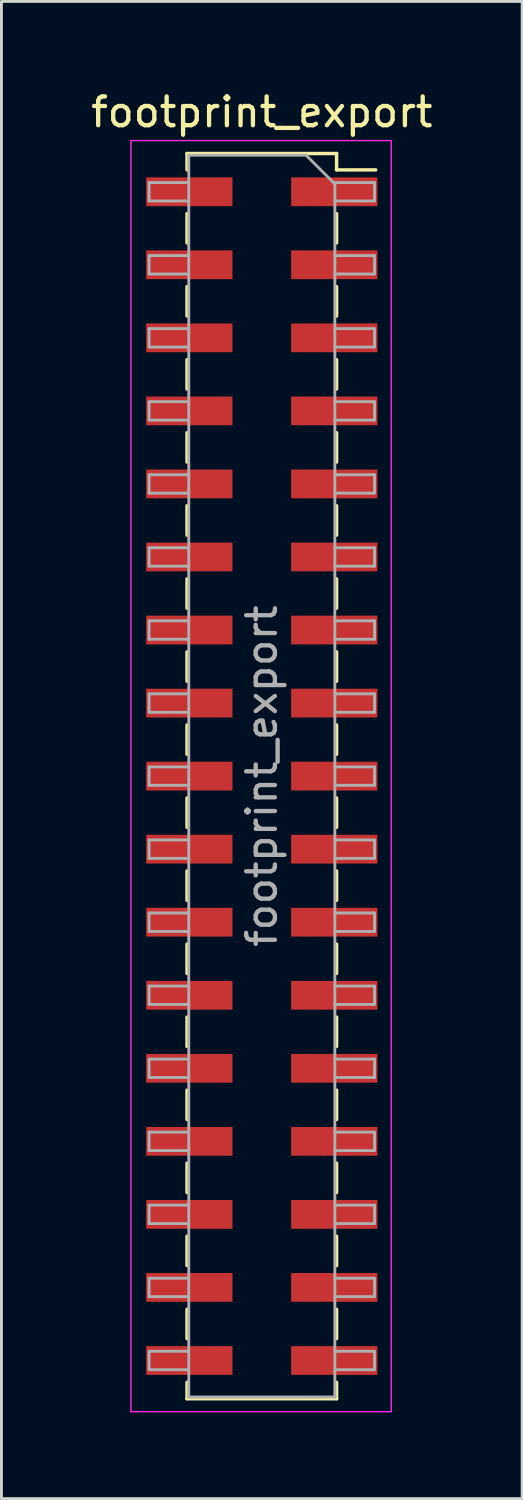
<source format=kicad_pcb>
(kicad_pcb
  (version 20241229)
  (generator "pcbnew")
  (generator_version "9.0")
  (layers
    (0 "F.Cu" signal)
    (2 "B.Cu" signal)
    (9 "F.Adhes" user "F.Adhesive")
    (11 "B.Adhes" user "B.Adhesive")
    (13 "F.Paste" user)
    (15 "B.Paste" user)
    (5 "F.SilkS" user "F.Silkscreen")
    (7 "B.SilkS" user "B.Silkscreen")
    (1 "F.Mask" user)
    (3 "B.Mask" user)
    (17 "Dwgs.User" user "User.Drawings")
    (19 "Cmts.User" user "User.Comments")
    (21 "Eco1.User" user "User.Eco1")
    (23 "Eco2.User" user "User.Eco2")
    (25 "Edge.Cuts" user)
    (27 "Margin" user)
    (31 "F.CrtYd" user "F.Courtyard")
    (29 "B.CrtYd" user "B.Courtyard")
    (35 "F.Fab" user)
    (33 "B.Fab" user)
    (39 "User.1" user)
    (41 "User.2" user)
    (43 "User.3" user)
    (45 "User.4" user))
  (footprint "footprint_export"
    (layer "F.Cu")
    (at 6.054 23.938)
    (property "Reference" "footprint_export" (at 0 -23.09 0) (layer "F.SilkS") (effects (font (size 1 1) (thickness 0.15))))
    (attr smd)
    (fp_line (start -2.6 -21.65) (end -2.6 -21.08) (stroke (width 0.12) (type solid)) (layer "F.SilkS"))
    (fp_line (start -2.6 -21.65) (end 2.6 -21.65) (stroke (width 0.12) (type solid)) (layer "F.SilkS"))
    (fp_line (start -2.6 -19.56) (end -2.6 -18.54) (stroke (width 0.12) (type solid)) (layer "F.SilkS"))
    (fp_line (start -2.6 -17.02) (end -2.6 -16) (stroke (width 0.12) (type solid)) (layer "F.SilkS"))
    (fp_line (start -2.6 -14.48) (end -2.6 -13.46) (stroke (width 0.12) (type solid)) (layer "F.SilkS"))
    (fp_line (start -2.6 -11.94) (end -2.6 -10.92) (stroke (width 0.12) (type solid)) (layer "F.SilkS"))
    (fp_line (start -2.6 -9.4) (end -2.6 -8.38) (stroke (width 0.12) (type solid)) (layer "F.SilkS"))
    (fp_line (start -2.6 -6.86) (end -2.6 -5.84) (stroke (width 0.12) (type solid)) (layer "F.SilkS"))
    (fp_line (start -2.6 -4.32) (end -2.6 -3.3) (stroke (width 0.12) (type solid)) (layer "F.SilkS"))
    (fp_line (start -2.6 -1.78) (end -2.6 -0.76) (stroke (width 0.12) (type solid)) (layer "F.SilkS"))
    (fp_line (start -2.6 0.76) (end -2.6 1.78) (stroke (width 0.12) (type solid)) (layer "F.SilkS"))
    (fp_line (start -2.6 3.3) (end -2.6 4.32) (stroke (width 0.12) (type solid)) (layer "F.SilkS"))
    (fp_line (start -2.6 5.84) (end -2.6 6.86) (stroke (width 0.12) (type solid)) (layer "F.SilkS"))
    (fp_line (start -2.6 8.38) (end -2.6 9.4) (stroke (width 0.12) (type solid)) (layer "F.SilkS"))
    (fp_line (start -2.6 10.92) (end -2.6 11.94) (stroke (width 0.12) (type solid)) (layer "F.SilkS"))
    (fp_line (start -2.6 13.46) (end -2.6 14.48) (stroke (width 0.12) (type solid)) (layer "F.SilkS"))
    (fp_line (start -2.6 16) (end -2.6 17.02) (stroke (width 0.12) (type solid)) (layer "F.SilkS"))
    (fp_line (start -2.6 18.54) (end -2.6 19.56) (stroke (width 0.12) (type solid)) (layer "F.SilkS"))
    (fp_line (start -2.6 21.08) (end -2.6 21.65) (stroke (width 0.12) (type solid)) (layer "F.SilkS"))
    (fp_line (start -2.6 21.65) (end 2.6 21.65) (stroke (width 0.12) (type solid)) (layer "F.SilkS"))
    (fp_line (start 2.6 -21.65) (end 2.6 -21.08) (stroke (width 0.12) (type solid)) (layer "F.SilkS"))
    (fp_line (start 2.6 -21.08) (end 3.96 -21.08) (stroke (width 0.12) (type solid)) (layer "F.SilkS"))
    (fp_line (start 2.6 -19.56) (end 2.6 -18.54) (stroke (width 0.12) (type solid)) (layer "F.SilkS"))
    (fp_line (start 2.6 -17.02) (end 2.6 -16) (stroke (width 0.12) (type solid)) (layer "F.SilkS"))
    (fp_line (start 2.6 -14.48) (end 2.6 -13.46) (stroke (width 0.12) (type solid)) (layer "F.SilkS"))
    (fp_line (start 2.6 -11.94) (end 2.6 -10.92) (stroke (width 0.12) (type solid)) (layer "F.SilkS"))
    (fp_line (start 2.6 -9.4) (end 2.6 -8.38) (stroke (width 0.12) (type solid)) (layer "F.SilkS"))
    (fp_line (start 2.6 -6.86) (end 2.6 -5.84) (stroke (width 0.12) (type solid)) (layer "F.SilkS"))
    (fp_line (start 2.6 -4.32) (end 2.6 -3.3) (stroke (width 0.12) (type solid)) (layer "F.SilkS"))
    (fp_line (start 2.6 -1.78) (end 2.6 -0.76) (stroke (width 0.12) (type solid)) (layer "F.SilkS"))
    (fp_line (start 2.6 0.76) (end 2.6 1.78) (stroke (width 0.12) (type solid)) (layer "F.SilkS"))
    (fp_line (start 2.6 3.3) (end 2.6 4.32) (stroke (width 0.12) (type solid)) (layer "F.SilkS"))
    (fp_line (start 2.6 5.84) (end 2.6 6.86) (stroke (width 0.12) (type solid)) (layer "F.SilkS"))
    (fp_line (start 2.6 8.38) (end 2.6 9.4) (stroke (width 0.12) (type solid)) (layer "F.SilkS"))
    (fp_line (start 2.6 10.92) (end 2.6 11.94) (stroke (width 0.12) (type solid)) (layer "F.SilkS"))
    (fp_line (start 2.6 13.46) (end 2.6 14.48) (stroke (width 0.12) (type solid)) (layer "F.SilkS"))
    (fp_line (start 2.6 16) (end 2.6 17.02) (stroke (width 0.12) (type solid)) (layer "F.SilkS"))
    (fp_line (start 2.6 18.54) (end 2.6 19.56) (stroke (width 0.12) (type solid)) (layer "F.SilkS"))
    (fp_line (start 2.6 21.08) (end 2.6 21.65) (stroke (width 0.12) (type solid)) (layer "F.SilkS"))
    (fp_line (start -4.55 -22.1) (end 4.5 -22.1) (stroke (width 0.05) (type solid)) (layer "F.CrtYd"))
    (fp_line (start -4.55 22.1) (end -4.55 -22.1) (stroke (width 0.05) (type solid)) (layer "F.CrtYd"))
    (fp_line (start 4.5 -22.1) (end 4.5 22.1) (stroke (width 0.05) (type solid)) (layer "F.CrtYd"))
    (fp_line (start 4.5 22.1) (end -4.55 22.1) (stroke (width 0.05) (type solid)) (layer "F.CrtYd"))
    (fp_line (start -3.92 -20.64) (end -2.54 -20.64) (stroke (width 0.1) (type solid)) (layer "F.Fab"))
    (fp_line (start -3.92 -20) (end -3.92 -20.64) (stroke (width 0.1) (type solid)) (layer "F.Fab"))
    (fp_line (start -3.92 -18.1) (end -2.54 -18.1) (stroke (width 0.1) (type solid)) (layer "F.Fab"))
    (fp_line (start -3.92 -17.46) (end -3.92 -18.1) (stroke (width 0.1) (type solid)) (layer "F.Fab"))
    (fp_line (start -3.92 -15.56) (end -2.54 -15.56) (stroke (width 0.1) (type solid)) (layer "F.Fab"))
    (fp_line (start -3.92 -14.92) (end -3.92 -15.56) (stroke (width 0.1) (type solid)) (layer "F.Fab"))
    (fp_line (start -3.92 -13.02) (end -2.54 -13.02) (stroke (width 0.1) (type solid)) (layer "F.Fab"))
    (fp_line (start -3.92 -12.38) (end -3.92 -13.02) (stroke (width 0.1) (type solid)) (layer "F.Fab"))
    (fp_line (start -3.92 -10.48) (end -2.54 -10.48) (stroke (width 0.1) (type solid)) (layer "F.Fab"))
    (fp_line (start -3.92 -9.84) (end -3.92 -10.48) (stroke (width 0.1) (type solid)) (layer "F.Fab"))
    (fp_line (start -3.92 -7.94) (end -2.54 -7.94) (stroke (width 0.1) (type solid)) (layer "F.Fab"))
    (fp_line (start -3.92 -7.3) (end -3.92 -7.94) (stroke (width 0.1) (type solid)) (layer "F.Fab"))
    (fp_line (start -3.92 -5.4) (end -2.54 -5.4) (stroke (width 0.1) (type solid)) (layer "F.Fab"))
    (fp_line (start -3.92 -4.76) (end -3.92 -5.4) (stroke (width 0.1) (type solid)) (layer "F.Fab"))
    (fp_line (start -3.92 -2.86) (end -2.54 -2.86) (stroke (width 0.1) (type solid)) (layer "F.Fab"))
    (fp_line (start -3.92 -2.22) (end -3.92 -2.86) (stroke (width 0.1) (type solid)) (layer "F.Fab"))
    (fp_line (start -3.92 -0.32) (end -2.54 -0.32) (stroke (width 0.1) (type solid)) (layer "F.Fab"))
    (fp_line (start -3.92 0.32) (end -3.92 -0.32) (stroke (width 0.1) (type solid)) (layer "F.Fab"))
    (fp_line (start -3.92 2.22) (end -2.54 2.22) (stroke (width 0.1) (type solid)) (layer "F.Fab"))
    (fp_line (start -3.92 2.86) (end -3.92 2.22) (stroke (width 0.1) (type solid)) (layer "F.Fab"))
    (fp_line (start -3.92 4.76) (end -2.54 4.76) (stroke (width 0.1) (type solid)) (layer "F.Fab"))
    (fp_line (start -3.92 5.4) (end -3.92 4.76) (stroke (width 0.1) (type solid)) (layer "F.Fab"))
    (fp_line (start -3.92 7.3) (end -2.54 7.3) (stroke (width 0.1) (type solid)) (layer "F.Fab"))
    (fp_line (start -3.92 7.94) (end -3.92 7.3) (stroke (width 0.1) (type solid)) (layer "F.Fab"))
    (fp_line (start -3.92 9.84) (end -2.54 9.84) (stroke (width 0.1) (type solid)) (layer "F.Fab"))
    (fp_line (start -3.92 10.48) (end -3.92 9.84) (stroke (width 0.1) (type solid)) (layer "F.Fab"))
    (fp_line (start -3.92 12.38) (end -2.54 12.38) (stroke (width 0.1) (type solid)) (layer "F.Fab"))
    (fp_line (start -3.92 13.02) (end -3.92 12.38) (stroke (width 0.1) (type solid)) (layer "F.Fab"))
    (fp_line (start -3.92 14.92) (end -2.54 14.92) (stroke (width 0.1) (type solid)) (layer "F.Fab"))
    (fp_line (start -3.92 15.56) (end -3.92 14.92) (stroke (width 0.1) (type solid)) (layer "F.Fab"))
    (fp_line (start -3.92 17.46) (end -2.54 17.46) (stroke (width 0.1) (type solid)) (layer "F.Fab"))
    (fp_line (start -3.92 18.1) (end -3.92 17.46) (stroke (width 0.1) (type solid)) (layer "F.Fab"))
    (fp_line (start -3.92 20) (end -2.54 20) (stroke (width 0.1) (type solid)) (layer "F.Fab"))
    (fp_line (start -3.92 20.64) (end -3.92 20) (stroke (width 0.1) (type solid)) (layer "F.Fab"))
    (fp_line (start -2.54 -21.59) (end 1.54 -21.59) (stroke (width 0.1) (type solid)) (layer "F.Fab"))
    (fp_line (start -2.54 -20) (end -3.92 -20) (stroke (width 0.1) (type solid)) (layer "F.Fab"))
    (fp_line (start -2.54 -17.46) (end -3.92 -17.46) (stroke (width 0.1) (type solid)) (layer "F.Fab"))
    (fp_line (start -2.54 -14.92) (end -3.92 -14.92) (stroke (width 0.1) (type solid)) (layer "F.Fab"))
    (fp_line (start -2.54 -12.38) (end -3.92 -12.38) (stroke (width 0.1) (type solid)) (layer "F.Fab"))
    (fp_line (start -2.54 -9.84) (end -3.92 -9.84) (stroke (width 0.1) (type solid)) (layer "F.Fab"))
    (fp_line (start -2.54 -7.3) (end -3.92 -7.3) (stroke (width 0.1) (type solid)) (layer "F.Fab"))
    (fp_line (start -2.54 -4.76) (end -3.92 -4.76) (stroke (width 0.1) (type solid)) (layer "F.Fab"))
    (fp_line (start -2.54 -2.22) (end -3.92 -2.22) (stroke (width 0.1) (type solid)) (layer "F.Fab"))
    (fp_line (start -2.54 0.32) (end -3.92 0.32) (stroke (width 0.1) (type solid)) (layer "F.Fab"))
    (fp_line (start -2.54 2.86) (end -3.92 2.86) (stroke (width 0.1) (type solid)) (layer "F.Fab"))
    (fp_line (start -2.54 5.4) (end -3.92 5.4) (stroke (width 0.1) (type solid)) (layer "F.Fab"))
    (fp_line (start -2.54 7.94) (end -3.92 7.94) (stroke (width 0.1) (type solid)) (layer "F.Fab"))
    (fp_line (start -2.54 10.48) (end -3.92 10.48) (stroke (width 0.1) (type solid)) (layer "F.Fab"))
    (fp_line (start -2.54 13.02) (end -3.92 13.02) (stroke (width 0.1) (type solid)) (layer "F.Fab"))
    (fp_line (start -2.54 15.56) (end -3.92 15.56) (stroke (width 0.1) (type solid)) (layer "F.Fab"))
    (fp_line (start -2.54 18.1) (end -3.92 18.1) (stroke (width 0.1) (type solid)) (layer "F.Fab"))
    (fp_line (start -2.54 20.64) (end -3.92 20.64) (stroke (width 0.1) (type solid)) (layer "F.Fab"))
    (fp_line (start -2.54 21.59) (end -2.54 -21.59) (stroke (width 0.1) (type solid)) (layer "F.Fab"))
    (fp_line (start 1.54 -21.59) (end 2.54 -20.59) (stroke (width 0.1) (type solid)) (layer "F.Fab"))
    (fp_line (start 2.54 -20.64) (end 3.92 -20.64) (stroke (width 0.1) (type solid)) (layer "F.Fab"))
    (fp_line (start 2.54 -20.59) (end 2.54 21.59) (stroke (width 0.1) (type solid)) (layer "F.Fab"))
    (fp_line (start 2.54 -18.1) (end 3.92 -18.1) (stroke (width 0.1) (type solid)) (layer "F.Fab"))
    (fp_line (start 2.54 -15.56) (end 3.92 -15.56) (stroke (width 0.1) (type solid)) (layer "F.Fab"))
    (fp_line (start 2.54 -13.02) (end 3.92 -13.02) (stroke (width 0.1) (type solid)) (layer "F.Fab"))
    (fp_line (start 2.54 -10.48) (end 3.92 -10.48) (stroke (width 0.1) (type solid)) (layer "F.Fab"))
    (fp_line (start 2.54 -7.94) (end 3.92 -7.94) (stroke (width 0.1) (type solid)) (layer "F.Fab"))
    (fp_line (start 2.54 -5.4) (end 3.92 -5.4) (stroke (width 0.1) (type solid)) (layer "F.Fab"))
    (fp_line (start 2.54 -2.86) (end 3.92 -2.86) (stroke (width 0.1) (type solid)) (layer "F.Fab"))
    (fp_line (start 2.54 -0.32) (end 3.92 -0.32) (stroke (width 0.1) (type solid)) (layer "F.Fab"))
    (fp_line (start 2.54 2.22) (end 3.92 2.22) (stroke (width 0.1) (type solid)) (layer "F.Fab"))
    (fp_line (start 2.54 4.76) (end 3.92 4.76) (stroke (width 0.1) (type solid)) (layer "F.Fab"))
    (fp_line (start 2.54 7.3) (end 3.92 7.3) (stroke (width 0.1) (type solid)) (layer "F.Fab"))
    (fp_line (start 2.54 9.84) (end 3.92 9.84) (stroke (width 0.1) (type solid)) (layer "F.Fab"))
    (fp_line (start 2.54 12.38) (end 3.92 12.38) (stroke (width 0.1) (type solid)) (layer "F.Fab"))
    (fp_line (start 2.54 14.92) (end 3.92 14.92) (stroke (width 0.1) (type solid)) (layer "F.Fab"))
    (fp_line (start 2.54 17.46) (end 3.92 17.46) (stroke (width 0.1) (type solid)) (layer "F.Fab"))
    (fp_line (start 2.54 20) (end 3.92 20) (stroke (width 0.1) (type solid)) (layer "F.Fab"))
    (fp_line (start 2.54 21.59) (end -2.54 21.59) (stroke (width 0.1) (type solid)) (layer "F.Fab"))
    (fp_line (start 3.92 -20.64) (end 3.92 -20) (stroke (width 0.1) (type solid)) (layer "F.Fab"))
    (fp_line (start 3.92 -20) (end 2.54 -20) (stroke (width 0.1) (type solid)) (layer "F.Fab"))
    (fp_line (start 3.92 -18.1) (end 3.92 -17.46) (stroke (width 0.1) (type solid)) (layer "F.Fab"))
    (fp_line (start 3.92 -17.46) (end 2.54 -17.46) (stroke (width 0.1) (type solid)) (layer "F.Fab"))
    (fp_line (start 3.92 -15.56) (end 3.92 -14.92) (stroke (width 0.1) (type solid)) (layer "F.Fab"))
    (fp_line (start 3.92 -14.92) (end 2.54 -14.92) (stroke (width 0.1) (type solid)) (layer "F.Fab"))
    (fp_line (start 3.92 -13.02) (end 3.92 -12.38) (stroke (width 0.1) (type solid)) (layer "F.Fab"))
    (fp_line (start 3.92 -12.38) (end 2.54 -12.38) (stroke (width 0.1) (type solid)) (layer "F.Fab"))
    (fp_line (start 3.92 -10.48) (end 3.92 -9.84) (stroke (width 0.1) (type solid)) (layer "F.Fab"))
    (fp_line (start 3.92 -9.84) (end 2.54 -9.84) (stroke (width 0.1) (type solid)) (layer "F.Fab"))
    (fp_line (start 3.92 -7.94) (end 3.92 -7.3) (stroke (width 0.1) (type solid)) (layer "F.Fab"))
    (fp_line (start 3.92 -7.3) (end 2.54 -7.3) (stroke (width 0.1) (type solid)) (layer "F.Fab"))
    (fp_line (start 3.92 -5.4) (end 3.92 -4.76) (stroke (width 0.1) (type solid)) (layer "F.Fab"))
    (fp_line (start 3.92 -4.76) (end 2.54 -4.76) (stroke (width 0.1) (type solid)) (layer "F.Fab"))
    (fp_line (start 3.92 -2.86) (end 3.92 -2.22) (stroke (width 0.1) (type solid)) (layer "F.Fab"))
    (fp_line (start 3.92 -2.22) (end 2.54 -2.22) (stroke (width 0.1) (type solid)) (layer "F.Fab"))
    (fp_line (start 3.92 -0.32) (end 3.92 0.32) (stroke (width 0.1) (type solid)) (layer "F.Fab"))
    (fp_line (start 3.92 0.32) (end 2.54 0.32) (stroke (width 0.1) (type solid)) (layer "F.Fab"))
    (fp_line (start 3.92 2.22) (end 3.92 2.86) (stroke (width 0.1) (type solid)) (layer "F.Fab"))
    (fp_line (start 3.92 2.86) (end 2.54 2.86) (stroke (width 0.1) (type solid)) (layer "F.Fab"))
    (fp_line (start 3.92 4.76) (end 3.92 5.4) (stroke (width 0.1) (type solid)) (layer "F.Fab"))
    (fp_line (start 3.92 5.4) (end 2.54 5.4) (stroke (width 0.1) (type solid)) (layer "F.Fab"))
    (fp_line (start 3.92 7.3) (end 3.92 7.94) (stroke (width 0.1) (type solid)) (layer "F.Fab"))
    (fp_line (start 3.92 7.94) (end 2.54 7.94) (stroke (width 0.1) (type solid)) (layer "F.Fab"))
    (fp_line (start 3.92 9.84) (end 3.92 10.48) (stroke (width 0.1) (type solid)) (layer "F.Fab"))
    (fp_line (start 3.92 10.48) (end 2.54 10.48) (stroke (width 0.1) (type solid)) (layer "F.Fab"))
    (fp_line (start 3.92 12.38) (end 3.92 13.02) (stroke (width 0.1) (type solid)) (layer "F.Fab"))
    (fp_line (start 3.92 13.02) (end 2.54 13.02) (stroke (width 0.1) (type solid)) (layer "F.Fab"))
    (fp_line (start 3.92 14.92) (end 3.92 15.56) (stroke (width 0.1) (type solid)) (layer "F.Fab"))
    (fp_line (start 3.92 15.56) (end 2.54 15.56) (stroke (width 0.1) (type solid)) (layer "F.Fab"))
    (fp_line (start 3.92 17.46) (end 3.92 18.1) (stroke (width 0.1) (type solid)) (layer "F.Fab"))
    (fp_line (start 3.92 18.1) (end 2.54 18.1) (stroke (width 0.1) (type solid)) (layer "F.Fab"))
    (fp_line (start 3.92 20) (end 3.92 20.64) (stroke (width 0.1) (type solid)) (layer "F.Fab"))
    (fp_line (start 3.92 20.64) (end 2.54 20.64) (stroke (width 0.1) (type solid)) (layer "F.Fab"))
    (fp_text user "${REFERENCE}" (at 0 0 90) (layer "F.Fab") (effects (font (size 1 1) (thickness 0.15))))
    (pad "1" smd rect (at 2.52 -20.32) (size 3 1) (layers "F.Cu" "F.Mask" "F.Paste"))
    (pad "2" smd rect (at -2.52 -20.32) (size 3 1) (layers "F.Cu" "F.Mask" "F.Paste"))
    (pad "3" smd rect (at 2.52 -17.78) (size 3 1) (layers "F.Cu" "F.Mask" "F.Paste"))
    (pad "4" smd rect (at -2.52 -17.78) (size 3 1) (layers "F.Cu" "F.Mask" "F.Paste"))
    (pad "5" smd rect (at 2.52 -15.24) (size 3 1) (layers "F.Cu" "F.Mask" "F.Paste"))
    (pad "6" smd rect (at -2.52 -15.24) (size 3 1) (layers "F.Cu" "F.Mask" "F.Paste"))
    (pad "7" smd rect (at 2.52 -12.7) (size 3 1) (layers "F.Cu" "F.Mask" "F.Paste"))
    (pad "8" smd rect (at -2.52 -12.7) (size 3 1) (layers "F.Cu" "F.Mask" "F.Paste"))
    (pad "9" smd rect (at 2.52 -10.16) (size 3 1) (layers "F.Cu" "F.Mask" "F.Paste"))
    (pad "10" smd rect (at -2.52 -10.16) (size 3 1) (layers "F.Cu" "F.Mask" "F.Paste"))
    (pad "11" smd rect (at 2.52 -7.62) (size 3 1) (layers "F.Cu" "F.Mask" "F.Paste"))
    (pad "12" smd rect (at -2.52 -7.62) (size 3 1) (layers "F.Cu" "F.Mask" "F.Paste"))
    (pad "13" smd rect (at 2.52 -5.08) (size 3 1) (layers "F.Cu" "F.Mask" "F.Paste"))
    (pad "14" smd rect (at -2.52 -5.08) (size 3 1) (layers "F.Cu" "F.Mask" "F.Paste"))
    (pad "15" smd rect (at 2.52 -2.54) (size 3 1) (layers "F.Cu" "F.Mask" "F.Paste"))
    (pad "16" smd rect (at -2.52 -2.54) (size 3 1) (layers "F.Cu" "F.Mask" "F.Paste"))
    (pad "17" smd rect (at 2.52 0) (size 3 1) (layers "F.Cu" "F.Mask" "F.Paste"))
    (pad "18" smd rect (at -2.52 0) (size 3 1) (layers "F.Cu" "F.Mask" "F.Paste"))
    (pad "19" smd rect (at 2.52 2.54) (size 3 1) (layers "F.Cu" "F.Mask" "F.Paste"))
    (pad "20" smd rect (at -2.52 2.54) (size 3 1) (layers "F.Cu" "F.Mask" "F.Paste"))
    (pad "21" smd rect (at 2.52 5.08) (size 3 1) (layers "F.Cu" "F.Mask" "F.Paste"))
    (pad "22" smd rect (at -2.52 5.08) (size 3 1) (layers "F.Cu" "F.Mask" "F.Paste"))
    (pad "23" smd rect (at 2.52 7.62) (size 3 1) (layers "F.Cu" "F.Mask" "F.Paste"))
    (pad "24" smd rect (at -2.52 7.62) (size 3 1) (layers "F.Cu" "F.Mask" "F.Paste"))
    (pad "25" smd rect (at 2.52 10.16) (size 3 1) (layers "F.Cu" "F.Mask" "F.Paste"))
    (pad "26" smd rect (at -2.52 10.16) (size 3 1) (layers "F.Cu" "F.Mask" "F.Paste"))
    (pad "27" smd rect (at 2.52 12.7) (size 3 1) (layers "F.Cu" "F.Mask" "F.Paste"))
    (pad "28" smd rect (at -2.52 12.7) (size 3 1) (layers "F.Cu" "F.Mask" "F.Paste"))
    (pad "29" smd rect (at 2.52 15.24) (size 3 1) (layers "F.Cu" "F.Mask" "F.Paste"))
    (pad "30" smd rect (at -2.52 15.24) (size 3 1) (layers "F.Cu" "F.Mask" "F.Paste"))
    (pad "31" smd rect (at 2.52 17.78) (size 3 1) (layers "F.Cu" "F.Mask" "F.Paste"))
    (pad "32" smd rect (at -2.52 17.78) (size 3 1) (layers "F.Cu" "F.Mask" "F.Paste"))
    (pad "33" smd rect (at 2.52 20.32) (size 3 1) (layers "F.Cu" "F.Mask" "F.Paste"))
    (pad "34" smd rect (at -2.52 20.32) (size 3 1) (layers "F.Cu" "F.Mask" "F.Paste")))
  (gr_rect
    (start -3 -3)
    (end 15.107 49.063)
    (stroke (width 0.1) (type default))
    (fill no)
    (layer "Edge.Cuts")))
</source>
